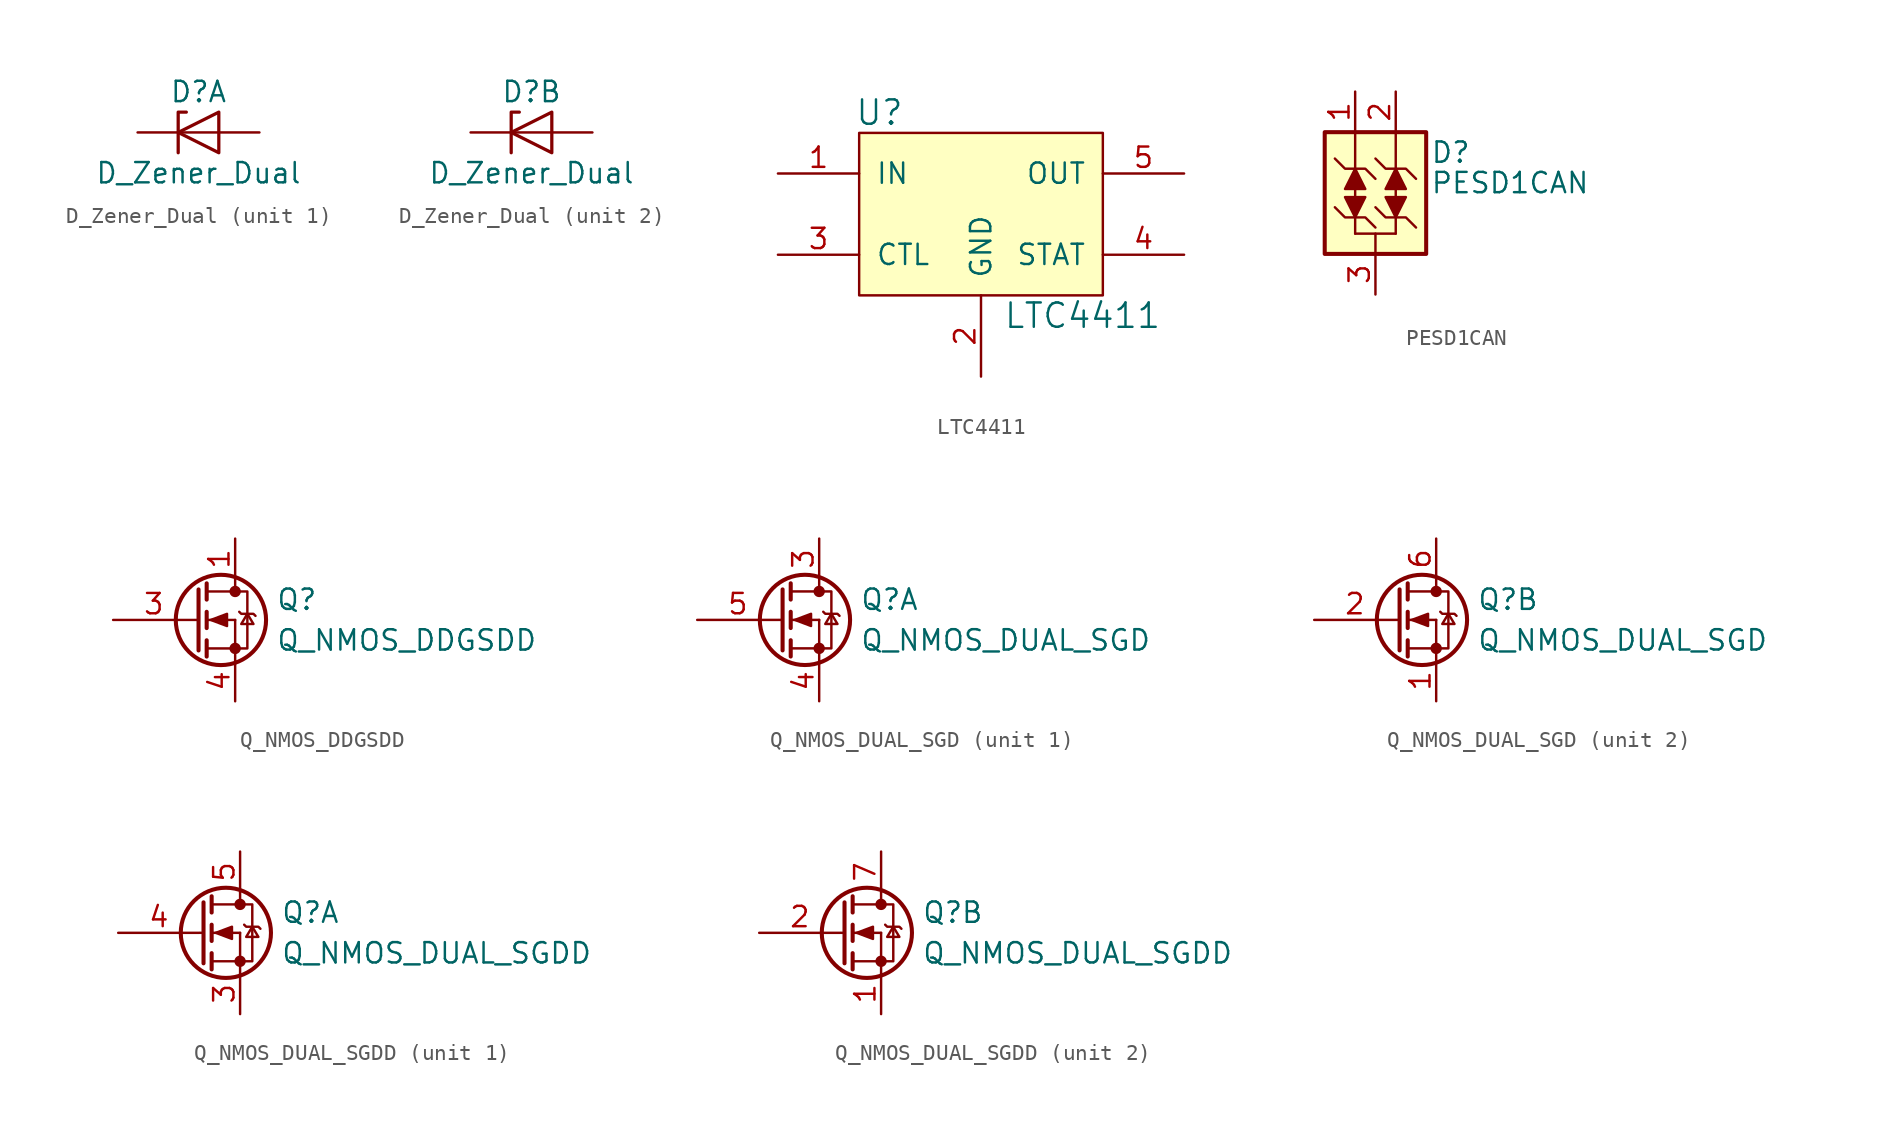
<source format=kicad_sym>
(kicad_symbol_lib
  (version 20211014)
  (generator kicad_symbol_editor)
  (symbol "D_Zener_Dual"
    (pin_numbers hide)
    (pin_names
      (offset 1.016) hide)
    (property "Reference" "D"
      (at 0 2.54 0)
      (effects (font (size 1.27 1.27))))
    (property "Value" "D_Zener_Dual"
      (at 0 -2.54 0)
      (effects (font (size 1.27 1.27))))
    (symbol "D_Zener_Dual_1_1"
      (polyline (pts (xy 1.27 0) (xy -1.27 0)) (stroke (width 0) (type default) (color 0 0 0 0)) (fill (type none)))
      (polyline (pts (xy -1.27 -1.27) (xy -1.27 1.27) (xy -0.762 1.27)) (stroke (width 0.203) (type default) (color 0 0 0 0)) (fill (type none)))
      (polyline (pts (xy 1.27 -1.27) (xy 1.27 1.27) (xy -1.27 0) (xy 1.27 -1.27)) (stroke (width 0.203) (type default) (color 0 0 0 0)) (fill (type none)))
      (pin passive line (at -3.81 0 0) (length 2.54) (name "K" (effects (font (size 1.27 1.27)))) (number "1" (effects (font (size 1.27 1.27)))))
      (pin passive line (at 3.81 0 180) (length 2.54) (name "A" (effects (font (size 1.27 1.27)))) (number "3" (effects (font (size 1.27 1.27))))))
    (symbol "D_Zener_Dual_2_1"
      (polyline (pts (xy 1.27 0) (xy -1.27 0)) (stroke (width 0) (type default) (color 0 0 0 0)) (fill (type none)))
      (polyline (pts (xy -1.27 -1.27) (xy -1.27 1.27) (xy -0.762 1.27)) (stroke (width 0.203) (type default) (color 0 0 0 0)) (fill (type none)))
      (polyline (pts (xy 1.27 -1.27) (xy 1.27 1.27) (xy -1.27 0) (xy 1.27 -1.27)) (stroke (width 0.203) (type default) (color 0 0 0 0)) (fill (type none)))
      (pin passive line (at -3.81 0 0) (length 2.54) (name "K" (effects (font (size 1.27 1.27)))) (number "2" (effects (font (size 1.27 1.27)))))
      (pin passive line (at 3.81 0 180) (length 2.54) (name "A" (effects (font (size 1.27 1.27)))) (number "3" (effects (font (size 1.27 1.27)))))))
  (symbol "LTC4411"
    (pin_names
      (offset 1.016))
    (property "Reference" "U"
      (at -6.35 6.35 0)
      (effects (font (size 1.524 1.524))))
    (property "Value" "LTC4411"
      (at 6.35 -6.35 0)
      (effects (font (size 1.524 1.524))))
    (symbol "LTC4411_0_1"
      (rectangle (start -7.62 5.08) (end 7.62 -5.08) (stroke (width 0) (type default) (color 0 0 0 0)) (fill (type background))))
    (symbol "LTC4411_1_1"
      (pin power_in line (at -12.7 2.54 0) (length 5.08) (name "IN" (effects (font (size 1.27 1.27)))) (number "1" (effects (font (size 1.27 1.27)))))
      (pin power_in line (at 0 -10.16 90) (length 5.08) (name "GND" (effects (font (size 1.27 1.27)))) (number "2" (effects (font (size 1.27 1.27)))))
      (pin input line (at -12.7 -2.54 0) (length 5.08) (name "CTL" (effects (font (size 1.27 1.27)))) (number "3" (effects (font (size 1.27 1.27)))))
      (pin output line (at 12.7 -2.54 180) (length 5.08) (name "STAT" (effects (font (size 1.27 1.27)))) (number "4" (effects (font (size 1.27 1.27)))))
      (pin power_in line (at 12.7 2.54 180) (length 5.08) (name "OUT" (effects (font (size 1.27 1.27)))) (number "5" (effects (font (size 1.27 1.27)))))))
  (symbol "PESD1CAN"
    (pin_names
      (offset 1.016) hide)
    (property "Reference" "D"
      (at 3.429 2.54 0)
      (effects (font (size 1.27 1.27)) (justify left)))
    (property "Value" "PESD1CAN"
      (at 3.429 0.635 0)
      (effects (font (size 1.27 1.27)) (justify left)))
    (symbol "PESD1CAN_0_0"
      (pin input line (at 0 -6.35 90) (length 2.54) (name "A" (effects (font (size 1.27 1.27)))) (number "3" (effects (font (size 1.27 1.27))))))
    (symbol "PESD1CAN_0_1"
      (rectangle (start -3.175 3.81) (end 3.175 -3.81) (stroke (width 0.254) (type default) (color 0 0 0 0)) (fill (type background)))
      (polyline (pts (xy -1.27 -2.54) (xy 1.27 -2.54)) (stroke (width 0) (type default) (color 0 0 0 0)) (fill (type none)))
      (polyline (pts (xy -1.27 3.81) (xy -1.27 -2.54)) (stroke (width 0) (type default) (color 0 0 0 0)) (fill (type none)))
      (polyline (pts (xy 0 -2.54) (xy 0 -3.81)) (stroke (width 0) (type default) (color 0 0 0 0)) (fill (type none)))
      (polyline (pts (xy 1.27 3.81) (xy 1.27 -2.54)) (stroke (width 0) (type default) (color 0 0 0 0)) (fill (type none)))
      (polyline (pts (xy -2.54 -0.889) (xy -1.905 -1.524) (xy -0.635 -1.524) (xy 0 -2.159)) (stroke (width 0) (type default) (color 0 0 0 0)) (fill (type none)))
      (polyline (pts (xy -2.54 2.159) (xy -1.905 1.524) (xy -0.635 1.524) (xy 0 0.889)) (stroke (width 0) (type default) (color 0 0 0 0)) (fill (type none)))
      (polyline (pts (xy -1.27 1.524) (xy -0.635 0.254) (xy -1.905 0.254) (xy -1.27 1.524)) (stroke (width 0) (type default) (color 0 0 0 0)) (fill (type outline)))
      (polyline (pts (xy 0 -0.889) (xy 0.635 -1.524) (xy 1.905 -1.524) (xy 2.54 -2.159)) (stroke (width 0) (type default) (color 0 0 0 0)) (fill (type none)))
      (polyline (pts (xy 1.27 -1.524) (xy 1.905 -0.254) (xy 0.635 -0.254) (xy 1.27 -1.524)) (stroke (width 0) (type default) (color 0 0 0 0)) (fill (type outline)))
      (polyline (pts (xy 1.27 1.524) (xy 0.635 0.254) (xy 1.905 0.254) (xy 1.27 1.524)) (stroke (width 0) (type default) (color 0 0 0 0)) (fill (type outline)))
      (polyline (pts (xy -1.27 -1.524) (xy -1.905 -0.254) (xy -0.635 -0.254) (xy -1.27 -1.524) (xy -1.27 -0.889)) (stroke (width 0) (type default) (color 0 0 0 0)) (fill (type outline)))
      (polyline (pts (xy 0 2.159) (xy 0.635 1.524) (xy 1.27 1.524) (xy 1.905 1.524) (xy 2.54 0.889)) (stroke (width 0) (type default) (color 0 0 0 0)) (fill (type none))))
    (symbol "PESD1CAN_1_1"
      (pin input line (at -1.27 6.35 270) (length 2.54) (name "K" (effects (font (size 1.27 1.27)))) (number "1" (effects (font (size 1.27 1.27)))))
      (pin input line (at 1.27 6.35 270) (length 2.54) (name "K" (effects (font (size 1.27 1.27)))) (number "2" (effects (font (size 1.27 1.27)))))))
  (symbol "Q_NMOS_DDGSDD"
    (pin_names
      (offset 0) hide)
    (property "Reference" "Q"
      (at 5.08 1.27 0)
      (effects (font (size 1.27 1.27)) (justify left)))
    (property "Value" "Q_NMOS_DDGSDD"
      (at 5.08 -1.27 0)
      (effects (font (size 1.27 1.27)) (justify left)))
    (symbol "Q_NMOS_DDGSDD_0_1"
      (polyline (pts (xy 0.051 0) (xy 0.254 0)) (stroke (width 0) (type default) (color 0 0 0 0)) (fill (type none)))
      (polyline (pts (xy 0.762 -1.778) (xy 2.54 -1.778)) (stroke (width 0) (type default) (color 0 0 0 0)) (fill (type none)))
      (polyline (pts (xy 0.762 -1.27) (xy 0.762 -2.286)) (stroke (width 0.254) (type default) (color 0 0 0 0)) (fill (type none)))
      (polyline (pts (xy 0.762 0) (xy 2.54 0)) (stroke (width 0) (type default) (color 0 0 0 0)) (fill (type none)))
      (polyline (pts (xy 0.762 0.508) (xy 0.762 -0.508)) (stroke (width 0.254) (type default) (color 0 0 0 0)) (fill (type none)))
      (polyline (pts (xy 0.762 1.778) (xy 2.54 1.778)) (stroke (width 0) (type default) (color 0 0 0 0)) (fill (type none)))
      (polyline (pts (xy 0.762 2.286) (xy 0.762 1.27)) (stroke (width 0.254) (type default) (color 0 0 0 0)) (fill (type none)))
      (polyline (pts (xy 2.54 -1.778) (xy 2.54 -2.54)) (stroke (width 0) (type default) (color 0 0 0 0)) (fill (type none)))
      (polyline (pts (xy 2.54 -1.778) (xy 2.54 0)) (stroke (width 0) (type default) (color 0 0 0 0)) (fill (type none)))
      (polyline (pts (xy 2.54 2.54) (xy 2.54 1.778)) (stroke (width 0) (type default) (color 0 0 0 0)) (fill (type none)))
      (polyline (pts (xy 0.254 1.905) (xy 0.254 -1.905) (xy 0.254 -1.905)) (stroke (width 0.254) (type default) (color 0 0 0 0)) (fill (type none)))
      (polyline (pts (xy 1.016 0) (xy 2.032 0.381) (xy 2.032 -0.381) (xy 1.016 0)) (stroke (width 0) (type default) (color 0 0 0 0)) (fill (type outline)))
      (polyline (pts (xy 2.54 -1.778) (xy 3.302 -1.778) (xy 3.302 1.778) (xy 2.54 1.778)) (stroke (width 0) (type default) (color 0 0 0 0)) (fill (type none)))
      (polyline (pts (xy 2.794 0.508) (xy 2.921 0.381) (xy 3.683 0.381) (xy 3.81 0.254)) (stroke (width 0) (type default) (color 0 0 0 0)) (fill (type none)))
      (polyline (pts (xy 3.302 0.381) (xy 2.921 -0.254) (xy 3.683 -0.254) (xy 3.302 0.381)) (stroke (width 0) (type default) (color 0 0 0 0)) (fill (type none)))
      (circle (center 1.651 0) (radius 2.819) (stroke (width 0.254) (type default) (color 0 0 0 0)) (fill (type none)))
      (circle (center 2.54 -1.778) (radius 0.279) (stroke (width 0) (type default) (color 0 0 0 0)) (fill (type outline)))
      (circle (center 2.54 1.778) (radius 0.279) (stroke (width 0) (type default) (color 0 0 0 0)) (fill (type outline))))
    (symbol "Q_NMOS_DDGSDD_1_1"
      (pin passive line (at 2.54 5.08 270) (length 2.54) (name "D" (effects (font (size 1.27 1.27)))) (number "1" (effects (font (size 1.27 1.27)))))
      (pin passive line (at 2.54 5.08 270) (length 2.54) hide (name "D" (effects (font (size 1.27 1.27)))) (number "2" (effects (font (size 1.27 1.27)))))
      (pin input line (at -5.08 0 0) (length 5.08) (name "G" (effects (font (size 1.27 1.27)))) (number "3" (effects (font (size 1.27 1.27)))))
      (pin passive line (at 2.54 -5.08 90) (length 2.54) (name "S" (effects (font (size 1.27 1.27)))) (number "4" (effects (font (size 1.27 1.27)))))
      (pin passive line (at 2.54 5.08 270) (length 2.54) hide (name "D" (effects (font (size 1.27 1.27)))) (number "5" (effects (font (size 1.27 1.27)))))
      (pin passive line (at 2.54 5.08 270) (length 2.54) hide (name "D" (effects (font (size 1.27 1.27)))) (number "6" (effects (font (size 1.27 1.27)))))))
  (symbol "Q_NMOS_DUAL_SGD"
    (pin_names
      (offset 0) hide)
    (property "Reference" "Q"
      (at 5.08 1.27 0)
      (effects (font (size 1.27 1.27)) (justify left)))
    (property "Value" "Q_NMOS_DUAL_SGD"
      (at 5.08 -1.27 0)
      (effects (font (size 1.27 1.27)) (justify left)))
    (symbol "Q_NMOS_DUAL_SGD_0_1"
      (polyline (pts (xy 0.051 0) (xy 0.254 0)) (stroke (width 0) (type default) (color 0 0 0 0)) (fill (type none)))
      (polyline (pts (xy 0.762 -1.778) (xy 2.54 -1.778)) (stroke (width 0) (type default) (color 0 0 0 0)) (fill (type none)))
      (polyline (pts (xy 0.762 -1.27) (xy 0.762 -2.286)) (stroke (width 0.254) (type default) (color 0 0 0 0)) (fill (type none)))
      (polyline (pts (xy 0.762 0) (xy 2.54 0)) (stroke (width 0) (type default) (color 0 0 0 0)) (fill (type none)))
      (polyline (pts (xy 0.762 0.508) (xy 0.762 -0.508)) (stroke (width 0.254) (type default) (color 0 0 0 0)) (fill (type none)))
      (polyline (pts (xy 0.762 1.778) (xy 2.54 1.778)) (stroke (width 0) (type default) (color 0 0 0 0)) (fill (type none)))
      (polyline (pts (xy 0.762 2.286) (xy 0.762 1.27)) (stroke (width 0.254) (type default) (color 0 0 0 0)) (fill (type none)))
      (polyline (pts (xy 2.54 -1.778) (xy 2.54 -2.54)) (stroke (width 0) (type default) (color 0 0 0 0)) (fill (type none)))
      (polyline (pts (xy 2.54 -1.778) (xy 2.54 0)) (stroke (width 0) (type default) (color 0 0 0 0)) (fill (type none)))
      (polyline (pts (xy 2.54 2.54) (xy 2.54 1.778)) (stroke (width 0) (type default) (color 0 0 0 0)) (fill (type none)))
      (polyline (pts (xy 0.254 1.905) (xy 0.254 -1.905) (xy 0.254 -1.905)) (stroke (width 0.254) (type default) (color 0 0 0 0)) (fill (type none)))
      (polyline (pts (xy 1.016 0) (xy 2.032 0.381) (xy 2.032 -0.381) (xy 1.016 0)) (stroke (width 0) (type default) (color 0 0 0 0)) (fill (type outline)))
      (polyline (pts (xy 2.54 -1.778) (xy 3.302 -1.778) (xy 3.302 1.778) (xy 2.54 1.778)) (stroke (width 0) (type default) (color 0 0 0 0)) (fill (type none)))
      (polyline (pts (xy 2.794 0.508) (xy 2.921 0.381) (xy 3.683 0.381) (xy 3.81 0.254)) (stroke (width 0) (type default) (color 0 0 0 0)) (fill (type none)))
      (polyline (pts (xy 3.302 0.381) (xy 2.921 -0.254) (xy 3.683 -0.254) (xy 3.302 0.381)) (stroke (width 0) (type default) (color 0 0 0 0)) (fill (type none)))
      (circle (center 1.651 0) (radius 2.819) (stroke (width 0.254) (type default) (color 0 0 0 0)) (fill (type none)))
      (circle (center 2.54 -1.778) (radius 0.279) (stroke (width 0) (type default) (color 0 0 0 0)) (fill (type outline)))
      (circle (center 2.54 1.778) (radius 0.279) (stroke (width 0) (type default) (color 0 0 0 0)) (fill (type outline))))
    (symbol "Q_NMOS_DUAL_SGD_1_1"
      (pin passive line (at 2.54 5.08 270) (length 2.54) (name "D" (effects (font (size 1.27 1.27)))) (number "3" (effects (font (size 1.27 1.27)))))
      (pin passive line (at 2.54 -5.08 90) (length 2.54) (name "S" (effects (font (size 1.27 1.27)))) (number "4" (effects (font (size 1.27 1.27)))))
      (pin input line (at -5.08 0 0) (length 5.08) (name "G" (effects (font (size 1.27 1.27)))) (number "5" (effects (font (size 1.27 1.27))))))
    (symbol "Q_NMOS_DUAL_SGD_2_1"
      (pin passive line (at 2.54 -5.08 90) (length 2.54) (name "S" (effects (font (size 1.27 1.27)))) (number "1" (effects (font (size 1.27 1.27)))))
      (pin input line (at -5.08 0 0) (length 5.08) (name "G" (effects (font (size 1.27 1.27)))) (number "2" (effects (font (size 1.27 1.27)))))
      (pin passive line (at 2.54 5.08 270) (length 2.54) (name "D" (effects (font (size 1.27 1.27)))) (number "6" (effects (font (size 1.27 1.27)))))))
  (symbol "Q_NMOS_DUAL_SGDD"
    (pin_names
      (offset 0) hide)
    (property "Reference" "Q"
      (at 5.08 1.27 0)
      (effects (font (size 1.27 1.27)) (justify left)))
    (property "Value" "Q_NMOS_DUAL_SGDD"
      (at 5.08 -1.27 0)
      (effects (font (size 1.27 1.27)) (justify left)))
    (symbol "Q_NMOS_DUAL_SGDD_0_1"
      (polyline (pts (xy 0.051 0) (xy 0.254 0)) (stroke (width 0) (type default) (color 0 0 0 0)) (fill (type none)))
      (polyline (pts (xy 0.762 -1.778) (xy 2.54 -1.778)) (stroke (width 0) (type default) (color 0 0 0 0)) (fill (type none)))
      (polyline (pts (xy 0.762 -1.27) (xy 0.762 -2.286)) (stroke (width 0.254) (type default) (color 0 0 0 0)) (fill (type none)))
      (polyline (pts (xy 0.762 0) (xy 2.54 0)) (stroke (width 0) (type default) (color 0 0 0 0)) (fill (type none)))
      (polyline (pts (xy 0.762 0.508) (xy 0.762 -0.508)) (stroke (width 0.254) (type default) (color 0 0 0 0)) (fill (type none)))
      (polyline (pts (xy 0.762 1.778) (xy 2.54 1.778)) (stroke (width 0) (type default) (color 0 0 0 0)) (fill (type none)))
      (polyline (pts (xy 0.762 2.286) (xy 0.762 1.27)) (stroke (width 0.254) (type default) (color 0 0 0 0)) (fill (type none)))
      (polyline (pts (xy 2.54 -1.778) (xy 2.54 -2.54)) (stroke (width 0) (type default) (color 0 0 0 0)) (fill (type none)))
      (polyline (pts (xy 2.54 -1.778) (xy 2.54 0)) (stroke (width 0) (type default) (color 0 0 0 0)) (fill (type none)))
      (polyline (pts (xy 2.54 2.54) (xy 2.54 1.778)) (stroke (width 0) (type default) (color 0 0 0 0)) (fill (type none)))
      (polyline (pts (xy 0.254 1.905) (xy 0.254 -1.905) (xy 0.254 -1.905)) (stroke (width 0.254) (type default) (color 0 0 0 0)) (fill (type none)))
      (polyline (pts (xy 1.016 0) (xy 2.032 0.381) (xy 2.032 -0.381) (xy 1.016 0)) (stroke (width 0) (type default) (color 0 0 0 0)) (fill (type outline)))
      (polyline (pts (xy 2.54 -1.778) (xy 3.302 -1.778) (xy 3.302 1.778) (xy 2.54 1.778)) (stroke (width 0) (type default) (color 0 0 0 0)) (fill (type none)))
      (polyline (pts (xy 2.794 0.508) (xy 2.921 0.381) (xy 3.683 0.381) (xy 3.81 0.254)) (stroke (width 0) (type default) (color 0 0 0 0)) (fill (type none)))
      (polyline (pts (xy 3.302 0.381) (xy 2.921 -0.254) (xy 3.683 -0.254) (xy 3.302 0.381)) (stroke (width 0) (type default) (color 0 0 0 0)) (fill (type none)))
      (circle (center 1.651 0) (radius 2.819) (stroke (width 0.254) (type default) (color 0 0 0 0)) (fill (type none)))
      (circle (center 2.54 -1.778) (radius 0.279) (stroke (width 0) (type default) (color 0 0 0 0)) (fill (type outline)))
      (circle (center 2.54 1.778) (radius 0.279) (stroke (width 0) (type default) (color 0 0 0 0)) (fill (type outline))))
    (symbol "Q_NMOS_DUAL_SGDD_1_1"
      (pin passive line (at 2.54 -5.08 90) (length 2.54) (name "S" (effects (font (size 1.27 1.27)))) (number "3" (effects (font (size 1.27 1.27)))))
      (pin input line (at -5.08 0 0) (length 5.08) (name "G" (effects (font (size 1.27 1.27)))) (number "4" (effects (font (size 1.27 1.27)))))
      (pin passive line (at 2.54 5.08 270) (length 2.54) (name "D" (effects (font (size 1.27 1.27)))) (number "5" (effects (font (size 1.27 1.27)))))
      (pin passive line (at 2.54 5.08 270) (length 2.54) hide (name "D" (effects (font (size 1.27 1.27)))) (number "6" (effects (font (size 1.27 1.27))))))
    (symbol "Q_NMOS_DUAL_SGDD_2_1"
      (pin passive line (at 2.54 -5.08 90) (length 2.54) (name "S" (effects (font (size 1.27 1.27)))) (number "1" (effects (font (size 1.27 1.27)))))
      (pin input line (at -5.08 0 0) (length 5.08) (name "G" (effects (font (size 1.27 1.27)))) (number "2" (effects (font (size 1.27 1.27)))))
      (pin passive line (at 2.54 5.08 270) (length 2.54) (name "D" (effects (font (size 1.27 1.27)))) (number "7" (effects (font (size 1.27 1.27)))))
      (pin passive line (at 2.54 5.08 270) (length 2.54) hide (name "D" (effects (font (size 1.27 1.27)))) (number "8" (effects (font (size 1.27 1.27))))))))
</source>
